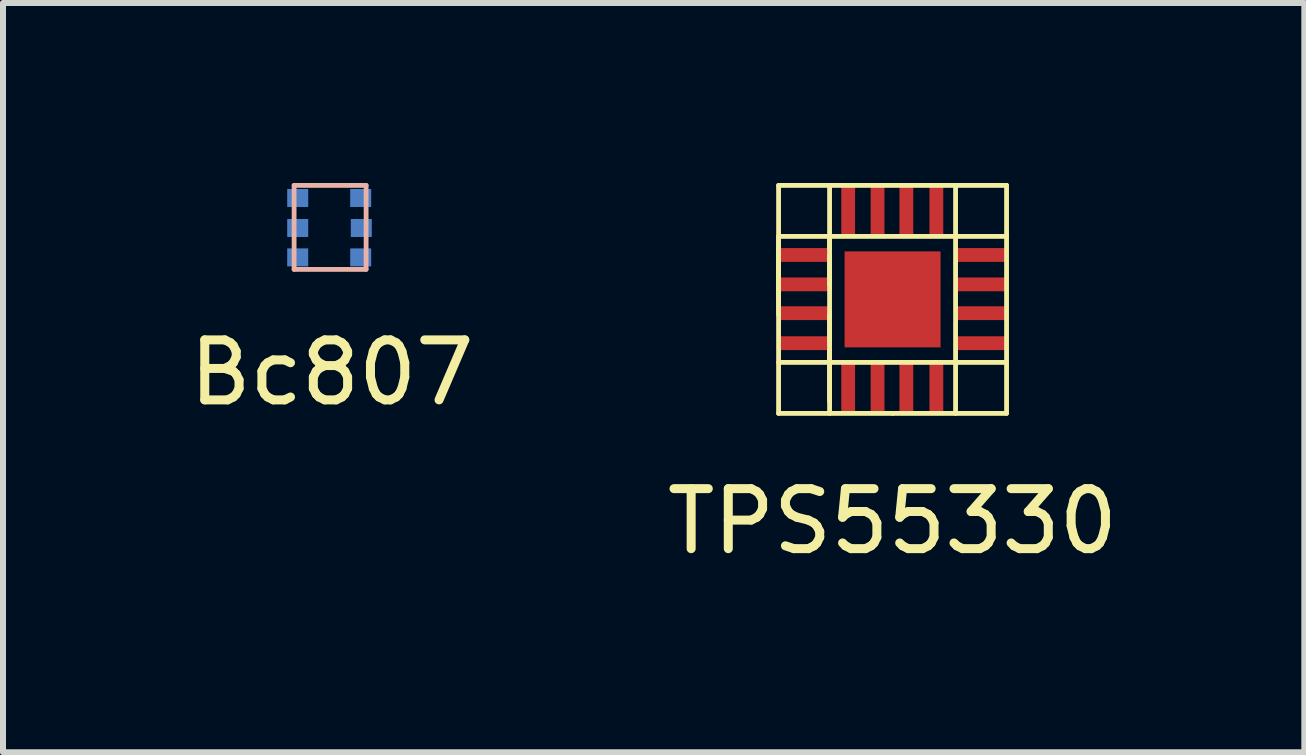
<source format=kicad_pcb>
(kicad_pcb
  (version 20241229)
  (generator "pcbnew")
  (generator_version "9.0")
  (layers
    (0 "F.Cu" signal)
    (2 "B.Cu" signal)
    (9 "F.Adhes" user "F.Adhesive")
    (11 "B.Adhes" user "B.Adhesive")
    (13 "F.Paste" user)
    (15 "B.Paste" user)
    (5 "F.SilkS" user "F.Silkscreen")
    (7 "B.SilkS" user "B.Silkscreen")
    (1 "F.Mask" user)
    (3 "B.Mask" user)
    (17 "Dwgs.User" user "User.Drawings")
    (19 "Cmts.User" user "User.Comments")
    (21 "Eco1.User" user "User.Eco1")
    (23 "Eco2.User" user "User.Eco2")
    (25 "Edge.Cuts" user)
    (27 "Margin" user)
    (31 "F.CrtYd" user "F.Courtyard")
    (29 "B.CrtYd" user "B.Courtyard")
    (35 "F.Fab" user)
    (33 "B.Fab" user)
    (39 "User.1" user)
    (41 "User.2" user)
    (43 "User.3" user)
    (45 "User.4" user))
  (footprint "TPS55330"
    (layer "F.Cu")
    (at 11.827 5.14)
    (property "Reference" "TPS55330" (at 0 0.5 0) (layer "F.SilkS") (effects (font (size 1 1) (thickness 0.15))))
    (attr through_hole)
    (fp_line (start -1.9 -5.1) (end 1.9 -5.1) (stroke (width 0.08) (type solid)) (layer "F.SilkS"))
    (fp_line (start -1.9 -4.25) (end -1.9 -3.2) (stroke (width 0.08) (type solid)) (layer "F.SilkS"))
    (fp_line (start -1.9 -4.05) (end -1.9 -3.8) (stroke (width 0.08) (type solid)) (layer "F.SilkS"))
    (fp_line (start -1.9 -3.8) (end -1.9 -3.5) (stroke (width 0.08) (type solid)) (layer "F.SilkS"))
    (fp_line (start -1.9 -2.95) (end -1.9 -3.45) (stroke (width 0.08) (type solid)) (layer "F.SilkS"))
    (fp_line (start -1.9 -2.15) (end 1.9 -2.15) (stroke (width 0.08) (type solid)) (layer "F.SilkS"))
    (fp_line (start -1.9 -1.3) (end -1.9 -5.1) (stroke (width 0.08) (type solid)) (layer "F.SilkS"))
    (fp_line (start -1.05 -4.25) (end -1.05 -4.05) (stroke (width 0.08) (type solid)) (layer "F.SilkS"))
    (fp_line (start -1.05 -3.45) (end -1.05 -3.95) (stroke (width 0.08) (type solid)) (layer "F.SilkS"))
    (fp_line (start -1.05 -2.45) (end -1.05 -2.95) (stroke (width 0.08) (type solid)) (layer "F.SilkS"))
    (fp_line (start -1.05 -2.35) (end -1.05 -1.5) (stroke (width 0.08) (type solid)) (layer "F.SilkS"))
    (fp_line (start -1.05 -2.15) (end -1.05 -2.35) (stroke (width 0.08) (type solid)) (layer "F.SilkS"))
    (fp_line (start -1.05 -2.15) (end -1.05 -2.35) (stroke (width 0.08) (type solid)) (layer "F.SilkS"))
    (fp_line (start -1.05 -1.3) (end -1.05 -5.1) (stroke (width 0.08) (type solid)) (layer "F.SilkS"))
    (fp_line (start 0 -1.3) (end -1.9 -1.3) (stroke (width 0.08) (type solid)) (layer "F.SilkS"))
    (fp_line (start 0 -1.3) (end 1.9 -1.3) (stroke (width 0.08) (type solid)) (layer "F.SilkS"))
    (fp_line (start 1.05 -1.3) (end 1.05 -5.1) (stroke (width 0.08) (type solid)) (layer "F.SilkS"))
    (fp_line (start 1.9 -5.1) (end 1.9 -1.3) (stroke (width 0.08) (type solid)) (layer "F.SilkS"))
    (fp_line (start 1.9 -4.25) (end -1.9 -4.25) (stroke (width 0.08) (type solid)) (layer "F.SilkS"))
    (pad "1" smd rect (at -1.47 -3.94 90) (size 0.23 0.85) (layers "F.Cu" "F.Mask" "F.Paste"))
    (pad "2" smd rect (at -1.48 -3.45 90) (size 0.23 0.85) (layers "F.Cu" "F.Mask" "F.Paste"))
    (pad "3" smd rect (at -1.48 -2.97 90) (size 0.23 0.85) (layers "F.Cu" "F.Mask" "F.Paste"))
    (pad "4" smd rect (at -1.47 -2.47 90) (size 0.23 0.85) (layers "F.Cu" "F.Mask" "F.Paste"))
    (pad "5" smd rect (at -0.74 -1.73 180) (size 0.23 0.85) (layers "F.Cu" "F.Mask" "F.Paste"))
    (pad "6" smd rect (at -0.25 -1.72 180) (size 0.23 0.85) (layers "F.Cu" "F.Mask" "F.Paste"))
    (pad "6" smd rect (at 0 -3.2 180) (size 1.6 1.6) (layers "F.Cu" "F.Mask" "F.Paste"))
    (pad "7" smd rect (at 0.23 -1.72 180) (size 0.23 0.85) (layers "F.Cu" "F.Mask" "F.Paste"))
    (pad "8" smd rect (at 0.73 -1.73 180) (size 0.23 0.85) (layers "F.Cu" "F.Mask" "F.Paste"))
    (pad "9" smd rect (at 1.48 -2.47 90) (size 0.23 0.85) (layers "F.Cu" "F.Mask" "F.Paste"))
    (pad "10" smd rect (at 1.47 -2.97 90) (size 0.23 0.85) (layers "F.Cu" "F.Mask" "F.Paste"))
    (pad "11" smd rect (at 1.47 -3.45 90) (size 0.23 0.85) (layers "F.Cu" "F.Mask" "F.Paste"))
    (pad "12" smd rect (at 1.48 -3.94 90) (size 0.23 0.85) (layers "F.Cu" "F.Mask" "F.Paste"))
    (pad "13" smd rect (at 0.73 -4.68 180) (size 0.23 0.85) (layers "F.Cu" "F.Mask" "F.Paste"))
    (pad "14" smd rect (at 0.23 -4.67 180) (size 0.23 0.85) (layers "F.Cu" "F.Mask" "F.Paste"))
    (pad "15" smd rect (at -0.25 -4.67 180) (size 0.23 0.85) (layers "F.Cu" "F.Mask" "F.Paste"))
    (pad "16" smd rect (at -0.74 -4.68 180) (size 0.23 0.85) (layers "F.Cu" "F.Mask" "F.Paste")))
  (footprint "Bc807"
    (layer "F.Cu")
    (at 2.482 2.66)
    (property "Reference" "Bc807" (at 0 0.5 0) (layer "F.SilkS") (effects (font (size 1 1) (thickness 0.15))))
    (attr through_hole)
    (fp_line (start -0.63 -2.62) (end 0.57 -2.62) (stroke (width 0.08) (type solid)) (layer "B.SilkS"))
    (fp_line (start -0.63 -1.22) (end -0.63 -2.62) (stroke (width 0.08) (type solid)) (layer "B.SilkS"))
    (fp_line (start 0.57 -2.62) (end 0.57 -1.22) (stroke (width 0.08) (type solid)) (layer "B.SilkS"))
    (fp_line (start 0.57 -1.22) (end -0.63 -1.22) (stroke (width 0.08) (type solid)) (layer "B.SilkS"))
    (pad "1" smd rect (at -0.57 -1.42) (size 0.35 0.3) (layers "B.Cu" "B.Mask" "B.Paste"))
    (pad "2" smd rect (at -0.57 -1.91) (size 0.35 0.3) (layers "B.Cu" "B.Mask" "B.Paste"))
    (pad "3" smd rect (at -0.57 -2.41) (size 0.35 0.3) (layers "B.Cu" "B.Mask" "B.Paste"))
    (pad "4" smd rect (at 0.48 -2.41) (size 0.35 0.3) (layers "B.Cu" "B.Mask" "B.Paste"))
    (pad "5" smd rect (at 0.49 -1.91) (size 0.35 0.3) (layers "B.Cu" "B.Mask" "B.Paste"))
    (pad "6" smd rect (at 0.48 -1.42) (size 0.35 0.3) (layers "B.Cu" "B.Mask" "B.Paste")))
  (gr_rect
    (start -3 -3)
    (end 18.69 9.488)
    (stroke (width 0.1) (type default))
    (fill no)
    (layer "Edge.Cuts")))
</source>
